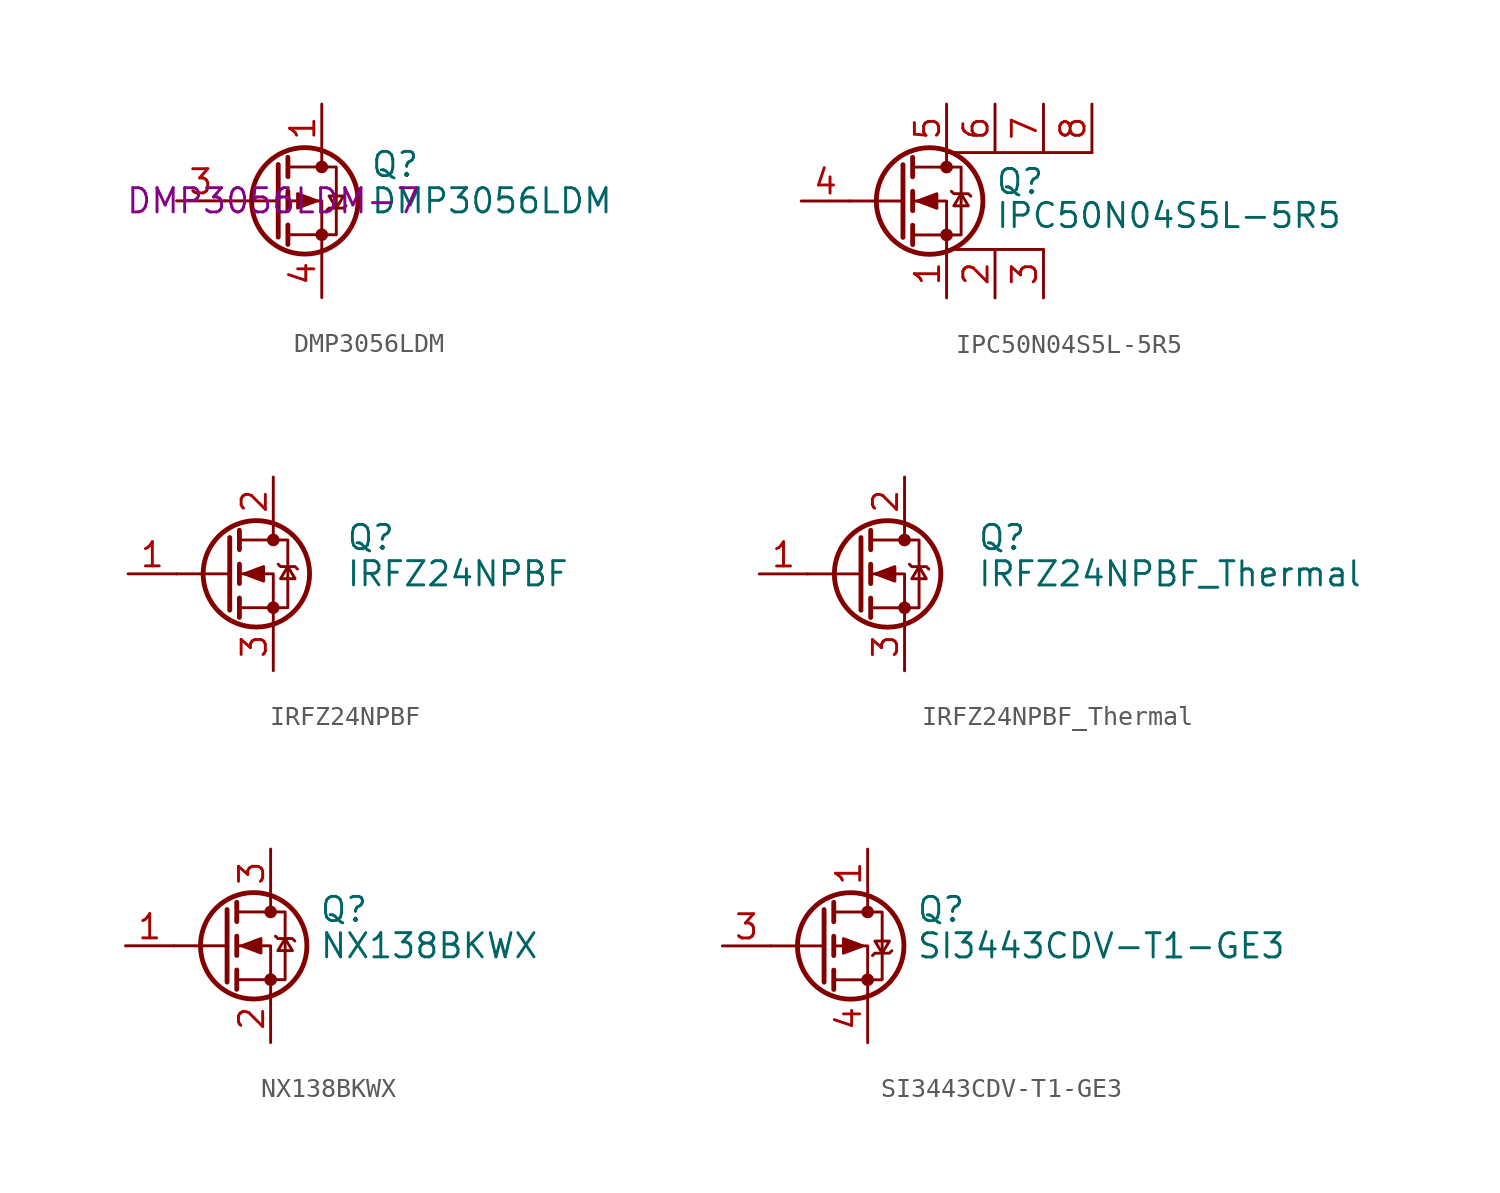
<source format=kicad_sym>
(kicad_symbol_lib
  (version 20231120)
  (generator "kicad_symbol_editor")
  (generator_version "8.0")
  (symbol "DMP3056LDM"
    (pin_names hide)
    (property "Reference" "Q"
      (at 5.08 1.905 0)
      (effects (font (size 1.27 1.27)) (justify left)))
    (property "Value" "DMP3056LDM"
      (at 5.08 0 0)
      (effects (font (size 1.27 1.27)) (justify left)))
    (property "MPN" "DMP3056LDM-7"
      (at 0 0 0)
      (effects (font (size 1.27 1.27))))
    (symbol "DMP3056LDM_0_0"
      (pin passive line (at 2.54 5.08 270) (length 2.54) hide (name "D" (effects (font (size 1.27 1.27)))) (number "2" (effects (font (size 1.27 1.27)))))
      (pin passive line (at 2.54 5.08 270) (length 2.54) hide (name "D" (effects (font (size 1.27 1.27)))) (number "5" (effects (font (size 1.27 1.27)))))
      (pin passive line (at 2.54 5.08 270) (length 2.54) hide (name "D" (effects (font (size 1.27 1.27)))) (number "6" (effects (font (size 1.27 1.27))))))
    (symbol "DMP3056LDM_0_1"
      (polyline (pts (xy 0.254 0) (xy -2.54 0)) (stroke (width 0) (type default)) (fill (type none)))
      (polyline (pts (xy 0.254 1.905) (xy 0.254 -1.905)) (stroke (width 0.254) (type default)) (fill (type none)))
      (polyline (pts (xy 0.762 -1.27) (xy 0.762 -2.286)) (stroke (width 0.254) (type default)) (fill (type none)))
      (polyline (pts (xy 0.762 0.508) (xy 0.762 -0.508)) (stroke (width 0.254) (type default)) (fill (type none)))
      (polyline (pts (xy 0.762 2.286) (xy 0.762 1.27)) (stroke (width 0.254) (type default)) (fill (type none)))
      (polyline (pts (xy 2.54 2.54) (xy 2.54 1.778)) (stroke (width 0) (type default)) (fill (type none)))
      (polyline (pts (xy 2.54 -2.54) (xy 2.54 0) (xy 0.762 0)) (stroke (width 0) (type default)) (fill (type none)))
      (polyline (pts (xy 0.762 1.778) (xy 3.302 1.778) (xy 3.302 -1.778) (xy 0.762 -1.778)) (stroke (width 0) (type default)) (fill (type none)))
      (polyline (pts (xy 2.286 0) (xy 1.27 0.381) (xy 1.27 -0.381) (xy 2.286 0)) (stroke (width 0) (type default)) (fill (type outline)))
      (polyline (pts (xy 2.794 -0.508) (xy 2.921 -0.381) (xy 3.683 -0.381) (xy 3.81 -0.254)) (stroke (width 0) (type default)) (fill (type none)))
      (polyline (pts (xy 3.302 -0.381) (xy 2.921 0.254) (xy 3.683 0.254) (xy 3.302 -0.381)) (stroke (width 0) (type default)) (fill (type none)))
      (circle (center 1.651 0) (radius 2.794) (stroke (width 0.254) (type default)) (fill (type none)))
      (circle (center 2.54 -1.778) (radius 0.254) (stroke (width 0) (type default)) (fill (type outline)))
      (circle (center 2.54 1.778) (radius 0.254) (stroke (width 0) (type default)) (fill (type outline))))
    (symbol "DMP3056LDM_1_1"
      (pin passive line (at 2.54 5.08 270) (length 2.54) (name "D" (effects (font (size 1.27 1.27)))) (number "1" (effects (font (size 1.27 1.27)))))
      (pin input line (at -5.08 0 0) (length 2.54) (name "G" (effects (font (size 1.27 1.27)))) (number "3" (effects (font (size 1.27 1.27)))))
      (pin passive line (at 2.54 -5.08 90) (length 2.54) (name "S" (effects (font (size 1.27 1.27)))) (number "4" (effects (font (size 1.27 1.27)))))))
  (symbol "IPC50N04S5L-5R5"
    (pin_names hide)
    (property "Reference" "Q"
      (at 5.08 1.016 0)
      (effects (font (size 1.27 1.27)) (justify left)))
    (property "Value" "IPC50N04S5L-5R5"
      (at 5.08 -0.762 0)
      (effects (font (size 1.27 1.27)) (justify left)))
    (symbol "IPC50N04S5L-5R5_0_1"
      (polyline (pts (xy 0.254 0) (xy -2.54 0)) (stroke (width 0) (type default)) (fill (type none)))
      (polyline (pts (xy 0.254 1.905) (xy 0.254 -1.905)) (stroke (width 0.254) (type default)) (fill (type none)))
      (polyline (pts (xy 0.762 -1.27) (xy 0.762 -2.286)) (stroke (width 0.254) (type default)) (fill (type none)))
      (polyline (pts (xy 0.762 0.508) (xy 0.762 -0.508)) (stroke (width 0.254) (type default)) (fill (type none)))
      (polyline (pts (xy 0.762 2.286) (xy 0.762 1.27)) (stroke (width 0.254) (type default)) (fill (type none)))
      (polyline (pts (xy 2.54 2.54) (xy 2.54 1.778)) (stroke (width 0) (type default)) (fill (type none)))
      (polyline (pts (xy 7.62 -2.54) (xy 2.54 -2.54)) (stroke (width 0) (type default)) (fill (type none)))
      (polyline (pts (xy 10.16 2.54) (xy 2.54 2.54)) (stroke (width 0) (type default)) (fill (type none)))
      (polyline (pts (xy 2.54 -2.54) (xy 2.54 0) (xy 0.762 0)) (stroke (width 0) (type default)) (fill (type none)))
      (polyline (pts (xy 0.762 -1.778) (xy 3.302 -1.778) (xy 3.302 1.778) (xy 0.762 1.778)) (stroke (width 0) (type default)) (fill (type none)))
      (polyline (pts (xy 1.016 0) (xy 2.032 0.381) (xy 2.032 -0.381) (xy 1.016 0)) (stroke (width 0) (type default)) (fill (type outline)))
      (polyline (pts (xy 2.794 0.508) (xy 2.921 0.381) (xy 3.683 0.381) (xy 3.81 0.254)) (stroke (width 0) (type default)) (fill (type none)))
      (polyline (pts (xy 3.302 0.381) (xy 2.921 -0.254) (xy 3.683 -0.254) (xy 3.302 0.381)) (stroke (width 0) (type default)) (fill (type none)))
      (circle (center 1.651 0) (radius 2.794) (stroke (width 0.254) (type default)) (fill (type none)))
      (circle (center 2.54 -1.778) (radius 0.254) (stroke (width 0) (type default)) (fill (type outline)))
      (circle (center 2.54 1.778) (radius 0.254) (stroke (width 0) (type default)) (fill (type outline))))
    (symbol "IPC50N04S5L-5R5_1_1"
      (pin passive line (at 2.54 -5.08 90) (length 2.54) (name "S" (effects (font (size 1.27 1.27)))) (number "1" (effects (font (size 1.27 1.27)))))
      (pin passive line (at 5.08 -5.08 90) (length 2.54) (name "S" (effects (font (size 1.27 1.27)))) (number "2" (effects (font (size 1.27 1.27)))))
      (pin passive line (at 7.62 -5.08 90) (length 2.54) (name "S" (effects (font (size 1.27 1.27)))) (number "3" (effects (font (size 1.27 1.27)))))
      (pin input line (at -5.08 0 0) (length 2.54) (name "G" (effects (font (size 1.27 1.27)))) (number "4" (effects (font (size 1.27 1.27)))))
      (pin passive line (at 2.54 5.08 270) (length 2.54) (name "D" (effects (font (size 1.27 1.27)))) (number "5" (effects (font (size 1.27 1.27)))))
      (pin passive line (at 5.08 5.08 270) (length 2.54) (name "D" (effects (font (size 1.27 1.27)))) (number "6" (effects (font (size 1.27 1.27)))))
      (pin passive line (at 7.62 5.08 270) (length 2.54) (name "D" (effects (font (size 1.27 1.27)))) (number "7" (effects (font (size 1.27 1.27)))))
      (pin passive line (at 10.16 5.08 270) (length 2.54) (name "D" (effects (font (size 1.27 1.27)))) (number "8" (effects (font (size 1.27 1.27)))))))
  (symbol "IRFZ24NPBF"
    (pin_names hide)
    (property "Reference" "Q"
      (at 6.35 1.905 0)
      (effects (font (size 1.27 1.27)) (justify left)))
    (property "Value" "IRFZ24NPBF"
      (at 6.35 0 0)
      (effects (font (size 1.27 1.27)) (justify left)))
    (symbol "IRFZ24NPBF_0_1"
      (polyline (pts (xy 0.254 0) (xy -2.54 0)) (stroke (width 0) (type default)) (fill (type none)))
      (polyline (pts (xy 0.254 1.905) (xy 0.254 -1.905)) (stroke (width 0.254) (type default)) (fill (type none)))
      (polyline (pts (xy 0.762 -1.27) (xy 0.762 -2.286)) (stroke (width 0.254) (type default)) (fill (type none)))
      (polyline (pts (xy 0.762 0.508) (xy 0.762 -0.508)) (stroke (width 0.254) (type default)) (fill (type none)))
      (polyline (pts (xy 0.762 2.286) (xy 0.762 1.27)) (stroke (width 0.254) (type default)) (fill (type none)))
      (polyline (pts (xy 2.54 2.54) (xy 2.54 1.778)) (stroke (width 0) (type default)) (fill (type none)))
      (polyline (pts (xy 2.54 -2.54) (xy 2.54 0) (xy 0.762 0)) (stroke (width 0) (type default)) (fill (type none)))
      (polyline (pts (xy 0.762 -1.778) (xy 3.302 -1.778) (xy 3.302 1.778) (xy 0.762 1.778)) (stroke (width 0) (type default)) (fill (type none)))
      (polyline (pts (xy 1.016 0) (xy 2.032 0.381) (xy 2.032 -0.381) (xy 1.016 0)) (stroke (width 0) (type default)) (fill (type outline)))
      (polyline (pts (xy 2.794 0.508) (xy 2.921 0.381) (xy 3.683 0.381) (xy 3.81 0.254)) (stroke (width 0) (type default)) (fill (type none)))
      (polyline (pts (xy 3.302 0.381) (xy 2.921 -0.254) (xy 3.683 -0.254) (xy 3.302 0.381)) (stroke (width 0) (type default)) (fill (type none)))
      (circle (center 1.651 0) (radius 2.794) (stroke (width 0.254) (type default)) (fill (type none)))
      (circle (center 2.54 -1.778) (radius 0.254) (stroke (width 0) (type default)) (fill (type outline)))
      (circle (center 2.54 1.778) (radius 0.254) (stroke (width 0) (type default)) (fill (type outline))))
    (symbol "IRFZ24NPBF_1_1"
      (pin input line (at -5.08 0 0) (length 2.54) (name "G" (effects (font (size 1.27 1.27)))) (number "1" (effects (font (size 1.27 1.27)))))
      (pin passive line (at 2.54 5.08 270) (length 2.54) (name "D" (effects (font (size 1.27 1.27)))) (number "2" (effects (font (size 1.27 1.27)))))
      (pin passive line (at 2.54 -5.08 90) (length 2.54) (name "S" (effects (font (size 1.27 1.27)))) (number "3" (effects (font (size 1.27 1.27)))))))
  (symbol "IRFZ24NPBF_Thermal"
    (pin_names hide)
    (property "Reference" "Q"
      (at 6.35 1.905 0)
      (effects (font (size 1.27 1.27)) (justify left)))
    (property "Value" "IRFZ24NPBF_Thermal"
      (at 6.35 0 0)
      (effects (font (size 1.27 1.27)) (justify left)))
    (symbol "IRFZ24NPBF_Thermal_0_0"
      (pin passive line (at 2.54 5.08 270) (length 2.54) hide (name "D" (effects (font (size 1.27 1.27)))) (number "4" (effects (font (size 1.27 1.27))))))
    (symbol "IRFZ24NPBF_Thermal_0_1"
      (polyline (pts (xy 0.254 0) (xy -2.54 0)) (stroke (width 0) (type default)) (fill (type none)))
      (polyline (pts (xy 0.254 1.905) (xy 0.254 -1.905)) (stroke (width 0.254) (type default)) (fill (type none)))
      (polyline (pts (xy 0.762 -1.27) (xy 0.762 -2.286)) (stroke (width 0.254) (type default)) (fill (type none)))
      (polyline (pts (xy 0.762 0.508) (xy 0.762 -0.508)) (stroke (width 0.254) (type default)) (fill (type none)))
      (polyline (pts (xy 0.762 2.286) (xy 0.762 1.27)) (stroke (width 0.254) (type default)) (fill (type none)))
      (polyline (pts (xy 2.54 2.54) (xy 2.54 1.778)) (stroke (width 0) (type default)) (fill (type none)))
      (polyline (pts (xy 2.54 -2.54) (xy 2.54 0) (xy 0.762 0)) (stroke (width 0) (type default)) (fill (type none)))
      (polyline (pts (xy 0.762 -1.778) (xy 3.302 -1.778) (xy 3.302 1.778) (xy 0.762 1.778)) (stroke (width 0) (type default)) (fill (type none)))
      (polyline (pts (xy 1.016 0) (xy 2.032 0.381) (xy 2.032 -0.381) (xy 1.016 0)) (stroke (width 0) (type default)) (fill (type outline)))
      (polyline (pts (xy 2.794 0.508) (xy 2.921 0.381) (xy 3.683 0.381) (xy 3.81 0.254)) (stroke (width 0) (type default)) (fill (type none)))
      (polyline (pts (xy 3.302 0.381) (xy 2.921 -0.254) (xy 3.683 -0.254) (xy 3.302 0.381)) (stroke (width 0) (type default)) (fill (type none)))
      (circle (center 1.651 0) (radius 2.794) (stroke (width 0.254) (type default)) (fill (type none)))
      (circle (center 2.54 -1.778) (radius 0.254) (stroke (width 0) (type default)) (fill (type outline)))
      (circle (center 2.54 1.778) (radius 0.254) (stroke (width 0) (type default)) (fill (type outline))))
    (symbol "IRFZ24NPBF_Thermal_1_1"
      (pin input line (at -5.08 0 0) (length 2.54) (name "G" (effects (font (size 1.27 1.27)))) (number "1" (effects (font (size 1.27 1.27)))))
      (pin passive line (at 2.54 5.08 270) (length 2.54) (name "D" (effects (font (size 1.27 1.27)))) (number "2" (effects (font (size 1.27 1.27)))))
      (pin passive line (at 2.54 -5.08 90) (length 2.54) (name "S" (effects (font (size 1.27 1.27)))) (number "3" (effects (font (size 1.27 1.27)))))))
  (symbol "NX138BKWX"
    (pin_names hide)
    (property "Reference" "Q"
      (at 5.08 1.905 0)
      (effects (font (size 1.27 1.27)) (justify left)))
    (property "Value" "NX138BKWX"
      (at 5.08 0 0)
      (effects (font (size 1.27 1.27)) (justify left)))
    (symbol "NX138BKWX_0_1"
      (polyline (pts (xy 0.254 0) (xy -2.54 0)) (stroke (width 0) (type default)) (fill (type none)))
      (polyline (pts (xy 0.254 1.905) (xy 0.254 -1.905)) (stroke (width 0.254) (type default)) (fill (type none)))
      (polyline (pts (xy 0.762 -1.27) (xy 0.762 -2.286)) (stroke (width 0.254) (type default)) (fill (type none)))
      (polyline (pts (xy 0.762 0.508) (xy 0.762 -0.508)) (stroke (width 0.254) (type default)) (fill (type none)))
      (polyline (pts (xy 0.762 2.286) (xy 0.762 1.27)) (stroke (width 0.254) (type default)) (fill (type none)))
      (polyline (pts (xy 2.54 2.54) (xy 2.54 1.778)) (stroke (width 0) (type default)) (fill (type none)))
      (polyline (pts (xy 2.54 -2.54) (xy 2.54 0) (xy 0.762 0)) (stroke (width 0) (type default)) (fill (type none)))
      (polyline (pts (xy 0.762 -1.778) (xy 3.302 -1.778) (xy 3.302 1.778) (xy 0.762 1.778)) (stroke (width 0) (type default)) (fill (type none)))
      (polyline (pts (xy 1.016 0) (xy 2.032 0.381) (xy 2.032 -0.381) (xy 1.016 0)) (stroke (width 0) (type default)) (fill (type outline)))
      (polyline (pts (xy 2.794 0.508) (xy 2.921 0.381) (xy 3.683 0.381) (xy 3.81 0.254)) (stroke (width 0) (type default)) (fill (type none)))
      (polyline (pts (xy 3.302 0.381) (xy 2.921 -0.254) (xy 3.683 -0.254) (xy 3.302 0.381)) (stroke (width 0) (type default)) (fill (type none)))
      (circle (center 1.651 0) (radius 2.794) (stroke (width 0.254) (type default)) (fill (type none)))
      (circle (center 2.54 -1.778) (radius 0.254) (stroke (width 0) (type default)) (fill (type outline)))
      (circle (center 2.54 1.778) (radius 0.254) (stroke (width 0) (type default)) (fill (type outline))))
    (symbol "NX138BKWX_1_1"
      (pin input line (at -5.08 0 0) (length 2.54) (name "G" (effects (font (size 1.27 1.27)))) (number "1" (effects (font (size 1.27 1.27)))))
      (pin passive line (at 2.54 -5.08 90) (length 2.54) (name "S" (effects (font (size 1.27 1.27)))) (number "2" (effects (font (size 1.27 1.27)))))
      (pin passive line (at 2.54 5.08 270) (length 2.54) (name "D" (effects (font (size 1.27 1.27)))) (number "3" (effects (font (size 1.27 1.27)))))))
  (symbol "SI3443CDV-T1-GE3"
    (pin_names hide)
    (property "Reference" "Q"
      (at 5.08 1.905 0)
      (effects (font (size 1.27 1.27)) (justify left)))
    (property "Value" "SI3443CDV-T1-GE3"
      (at 5.08 0 0)
      (effects (font (size 1.27 1.27)) (justify left)))
    (symbol "SI3443CDV-T1-GE3_0_0"
      (pin passive line (at 2.54 5.08 270) (length 2.54) hide (name "D" (effects (font (size 1.27 1.27)))) (number "2" (effects (font (size 1.27 1.27)))))
      (pin passive line (at 2.54 5.08 270) (length 2.54) hide (name "D" (effects (font (size 1.27 1.27)))) (number "5" (effects (font (size 1.27 1.27)))))
      (pin passive line (at 2.54 5.08 270) (length 2.54) hide (name "D" (effects (font (size 1.27 1.27)))) (number "6" (effects (font (size 1.27 1.27))))))
    (symbol "SI3443CDV-T1-GE3_0_1"
      (polyline (pts (xy 0.254 0) (xy -2.54 0)) (stroke (width 0) (type default)) (fill (type none)))
      (polyline (pts (xy 0.254 1.905) (xy 0.254 -1.905)) (stroke (width 0.254) (type default)) (fill (type none)))
      (polyline (pts (xy 0.762 -1.27) (xy 0.762 -2.286)) (stroke (width 0.254) (type default)) (fill (type none)))
      (polyline (pts (xy 0.762 0.508) (xy 0.762 -0.508)) (stroke (width 0.254) (type default)) (fill (type none)))
      (polyline (pts (xy 0.762 2.286) (xy 0.762 1.27)) (stroke (width 0.254) (type default)) (fill (type none)))
      (polyline (pts (xy 2.54 2.54) (xy 2.54 1.778)) (stroke (width 0) (type default)) (fill (type none)))
      (polyline (pts (xy 2.54 -2.54) (xy 2.54 0) (xy 0.762 0)) (stroke (width 0) (type default)) (fill (type none)))
      (polyline (pts (xy 0.762 1.778) (xy 3.302 1.778) (xy 3.302 -1.778) (xy 0.762 -1.778)) (stroke (width 0) (type default)) (fill (type none)))
      (polyline (pts (xy 2.286 0) (xy 1.27 0.381) (xy 1.27 -0.381) (xy 2.286 0)) (stroke (width 0) (type default)) (fill (type outline)))
      (polyline (pts (xy 2.794 -0.508) (xy 2.921 -0.381) (xy 3.683 -0.381) (xy 3.81 -0.254)) (stroke (width 0) (type default)) (fill (type none)))
      (polyline (pts (xy 3.302 -0.381) (xy 2.921 0.254) (xy 3.683 0.254) (xy 3.302 -0.381)) (stroke (width 0) (type default)) (fill (type none)))
      (circle (center 1.651 0) (radius 2.794) (stroke (width 0.254) (type default)) (fill (type none)))
      (circle (center 2.54 -1.778) (radius 0.254) (stroke (width 0) (type default)) (fill (type outline)))
      (circle (center 2.54 1.778) (radius 0.254) (stroke (width 0) (type default)) (fill (type outline))))
    (symbol "SI3443CDV-T1-GE3_1_1"
      (pin passive line (at 2.54 5.08 270) (length 2.54) (name "D" (effects (font (size 1.27 1.27)))) (number "1" (effects (font (size 1.27 1.27)))))
      (pin input line (at -5.08 0 0) (length 2.54) (name "G" (effects (font (size 1.27 1.27)))) (number "3" (effects (font (size 1.27 1.27)))))
      (pin passive line (at 2.54 -5.08 90) (length 2.54) (name "S" (effects (font (size 1.27 1.27)))) (number "4" (effects (font (size 1.27 1.27))))))))
</source>
